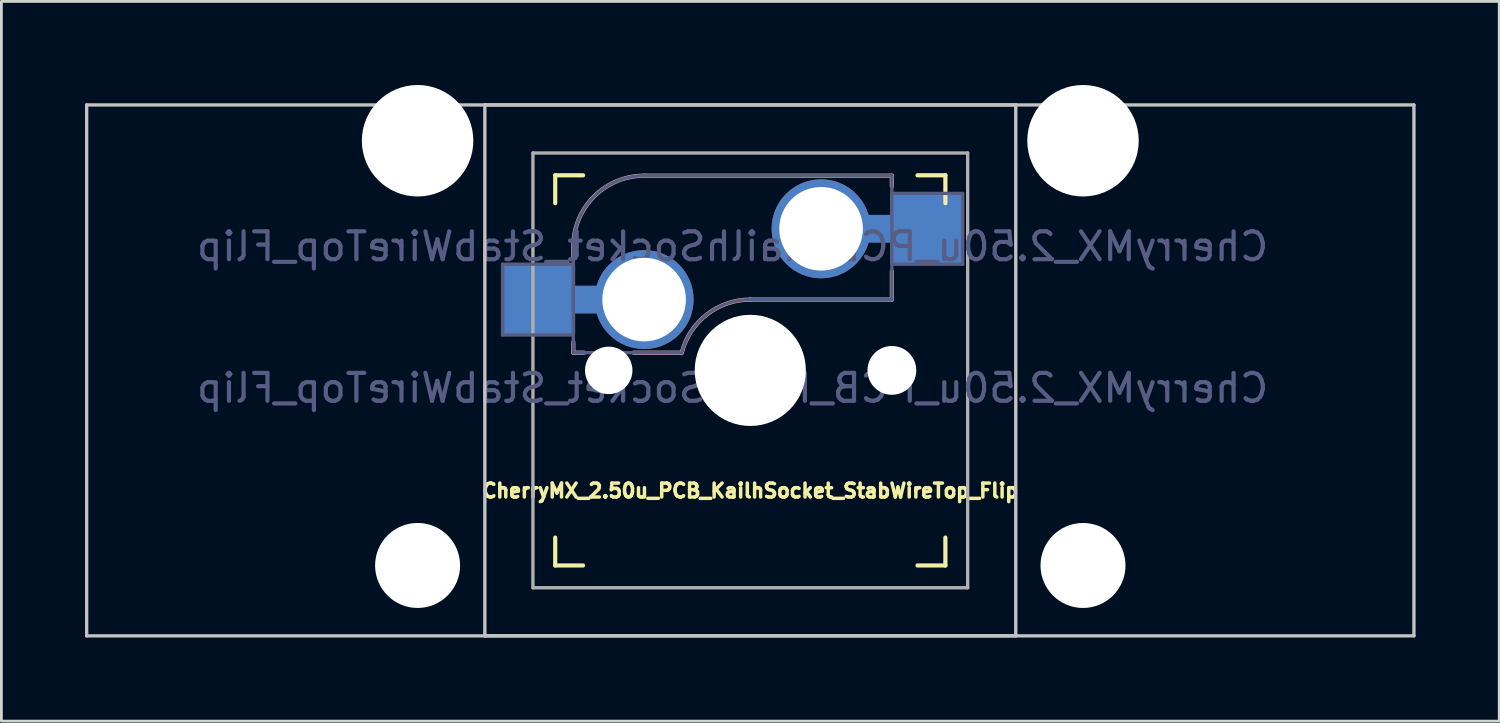
<source format=kicad_pcb>
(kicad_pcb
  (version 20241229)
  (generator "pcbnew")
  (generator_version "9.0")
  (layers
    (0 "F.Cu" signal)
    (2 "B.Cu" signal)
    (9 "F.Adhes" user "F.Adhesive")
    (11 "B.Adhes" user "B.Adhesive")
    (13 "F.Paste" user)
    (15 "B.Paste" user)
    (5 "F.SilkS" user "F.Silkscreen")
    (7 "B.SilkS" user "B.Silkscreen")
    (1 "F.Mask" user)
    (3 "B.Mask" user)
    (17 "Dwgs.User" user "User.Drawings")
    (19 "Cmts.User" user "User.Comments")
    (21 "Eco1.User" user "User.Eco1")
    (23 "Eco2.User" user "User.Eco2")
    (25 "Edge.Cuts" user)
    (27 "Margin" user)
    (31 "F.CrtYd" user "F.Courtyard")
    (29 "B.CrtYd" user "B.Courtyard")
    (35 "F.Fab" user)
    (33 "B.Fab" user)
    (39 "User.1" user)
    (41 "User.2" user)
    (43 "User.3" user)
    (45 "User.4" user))
  (footprint "CherryMX_2.50u_PCB_KailhSocket_StabWireTop_Flip"
    (layer "F.Cu")
    (at 23.872 10.24)
    (property "Reference" "CherryMX_2.50u_PCB_KailhSocket_StabWireTop_Flip" (at 0 4.318 0) (layer "F.SilkS") (effects (font (size 0.5 0.5) (thickness 0.125))))
    (property "Value" "CherryMX_2.50u_PCB_KailhSocket_StabWireTop_Flip" (at 0 8.662 0) (layer "F.Fab") (hide yes) (effects (font (size 1 1) (thickness 0.15))))
    (attr through_hole)
    (fp_line (start -7 -6) (end -7 -7) (stroke (width 0.15) (type solid)) (layer "F.SilkS"))
    (fp_line (start -7 7) (end -7 6) (stroke (width 0.15) (type solid)) (layer "F.SilkS"))
    (fp_line (start -7 7) (end -6 7) (stroke (width 0.15) (type solid)) (layer "F.SilkS"))
    (fp_line (start -6 -7) (end -7 -7) (stroke (width 0.15) (type solid)) (layer "F.SilkS"))
    (fp_line (start 6 7) (end 7 7) (stroke (width 0.15) (type solid)) (layer "F.SilkS"))
    (fp_line (start 7 -7) (end 6 -7) (stroke (width 0.15) (type solid)) (layer "F.SilkS"))
    (fp_line (start 7 -7) (end 7 -6) (stroke (width 0.15) (type solid)) (layer "F.SilkS"))
    (fp_line (start 7 6) (end 7 7) (stroke (width 0.15) (type solid)) (layer "F.SilkS"))
    (fp_line (start -6.35 -4.445) (end -6.35 -4.064) (stroke (width 0.15) (type solid)) (layer "B.SilkS"))
    (fp_line (start -6.35 -1.016) (end -6.35 -0.635) (stroke (width 0.15) (type solid)) (layer "B.SilkS"))
    (fp_line (start -5.969 -0.635) (end -6.35 -0.635) (stroke (width 0.15) (type solid)) (layer "B.SilkS"))
    (fp_line (start -3.81 -6.985) (end 5.08 -6.985) (stroke (width 0.15) (type solid)) (layer "B.SilkS"))
    (fp_line (start -2.464 -0.635) (end -4.191 -0.635) (stroke (width 0.15) (type solid)) (layer "B.SilkS"))
    (fp_line (start 5.08 -6.985) (end 5.08 -6.604) (stroke (width 0.15) (type solid)) (layer "B.SilkS"))
    (fp_line (start 5.08 -3.556) (end 5.08 -2.54) (stroke (width 0.15) (type solid)) (layer "B.SilkS"))
    (fp_line (start 5.08 -2.54) (end 0 -2.54) (stroke (width 0.15) (type solid)) (layer "B.SilkS"))
    (fp_arc (start -6.35 -4.445) (mid -5.606051 -6.241051) (end -3.81 -6.985) (stroke (width 0.15) (type solid)) (layer "B.SilkS"))
    (fp_arc (start -2.464162 -0.61604) (mid -1.563147 -2.002042) (end 0 -2.54) (stroke (width 0.15) (type solid)) (layer "B.SilkS"))
    (fp_line (start -23.812 -9.525) (end 23.812 -9.525) (stroke (width 0.12) (type solid)) (layer "Dwgs.User"))
    (fp_line (start -23.812 9.525) (end -23.812 -9.525) (stroke (width 0.12) (type solid)) (layer "Dwgs.User"))
    (fp_line (start -9.525 -9.525) (end 9.525 -9.525) (stroke (width 0.12) (type solid)) (layer "Dwgs.User"))
    (fp_line (start -9.525 9.525) (end -9.525 -9.525) (stroke (width 0.12) (type solid)) (layer "Dwgs.User"))
    (fp_line (start 9.525 -9.525) (end 9.525 9.525) (stroke (width 0.12) (type solid)) (layer "Dwgs.User"))
    (fp_line (start 9.525 9.525) (end -9.525 9.525) (stroke (width 0.12) (type solid)) (layer "Dwgs.User"))
    (fp_line (start 23.812 -9.525) (end 23.812 9.525) (stroke (width 0.12) (type solid)) (layer "Dwgs.User"))
    (fp_line (start 23.812 9.525) (end -23.812 9.525) (stroke (width 0.12) (type solid)) (layer "Dwgs.User"))
    (fp_line (start -6.9 6.9) (end -6.9 -6.9) (stroke (width 0.15) (type solid)) (layer "Eco2.User"))
    (fp_line (start -6.9 6.9) (end 6.9 6.9) (stroke (width 0.15) (type solid)) (layer "Eco2.User"))
    (fp_line (start 6.9 -6.9) (end -6.9 -6.9) (stroke (width 0.15) (type solid)) (layer "Eco2.User"))
    (fp_line (start 6.9 -6.9) (end 6.9 6.9) (stroke (width 0.15) (type solid)) (layer "Eco2.User"))
    (fp_line (start -8.89 -3.81) (end -6.35 -3.81) (stroke (width 0.12) (type solid)) (layer "B.Fab"))
    (fp_line (start -8.89 -1.27) (end -8.89 -3.81) (stroke (width 0.12) (type solid)) (layer "B.Fab"))
    (fp_line (start -6.35 -1.27) (end -8.89 -1.27) (stroke (width 0.12) (type solid)) (layer "B.Fab"))
    (fp_line (start -6.35 -0.635) (end -6.35 -4.445) (stroke (width 0.12) (type solid)) (layer "B.Fab"))
    (fp_line (start -6.35 -0.635) (end -2.54 -0.635) (stroke (width 0.12) (type solid)) (layer "B.Fab"))
    (fp_line (start -3.81 -6.985) (end 5.08 -6.985) (stroke (width 0.12) (type solid)) (layer "B.Fab"))
    (fp_line (start 5.08 -6.985) (end 5.08 -2.54) (stroke (width 0.12) (type solid)) (layer "B.Fab"))
    (fp_line (start 5.08 -6.35) (end 7.62 -6.35) (stroke (width 0.12) (type solid)) (layer "B.Fab"))
    (fp_line (start 5.08 -2.54) (end 0 -2.54) (stroke (width 0.12) (type solid)) (layer "B.Fab"))
    (fp_line (start 7.62 -6.35) (end 7.62 -3.81) (stroke (width 0.12) (type solid)) (layer "B.Fab"))
    (fp_line (start 7.62 -3.81) (end 5.08 -3.81) (stroke (width 0.12) (type solid)) (layer "B.Fab"))
    (fp_arc (start -6.35 -4.445) (mid -5.606051 -6.241051) (end -3.81 -6.985) (stroke (width 0.12) (type solid)) (layer "B.Fab"))
    (fp_arc (start -2.464162 -0.61604) (mid -1.563147 -2.002042) (end 0 -2.54) (stroke (width 0.12) (type solid)) (layer "B.Fab"))
    (fp_line (start -7.8 -7.8) (end -7.8 7.8) (stroke (width 0.12) (type solid)) (layer "F.Fab"))
    (fp_line (start -7.8 -7.8) (end 7.8 -7.8) (stroke (width 0.12) (type solid)) (layer "F.Fab"))
    (fp_line (start -7.8 7.8) (end 7.8 7.8) (stroke (width 0.12) (type solid)) (layer "F.Fab"))
    (fp_line (start 7.8 -7.8) (end 7.8 7.8) (stroke (width 0.12) (type solid)) (layer "F.Fab"))
    (fp_text user "${REFERENCE}" (at -0.635 -4.445 0) (layer "B.Fab") (effects (font (size 1 1) (thickness 0.15)) (justify mirror)))
    (fp_text user "${VALUE}" (at -0.635 0.635 0) (layer "B.Fab") (effects (font (size 1 1) (thickness 0.15)) (justify mirror)))
    (pad "" np_thru_hole circle (at -11.938 -8.24) (size 4 4) (drill 4) (layers "*.Cu" "*.Mask"))
    (pad "" np_thru_hole circle (at -11.938 7) (size 3.05 3.05) (drill 3.05) (layers "*.Cu" "*.Mask"))
    (pad "" np_thru_hole circle (at -5.08 0) (size 1.702 1.702) (drill 1.702) (layers "*.Cu" "*.Mask"))
    (pad "" np_thru_hole circle (at 0 0) (size 3.988 3.988) (drill 3.988) (layers "*.Cu" "*.Mask"))
    (pad "" np_thru_hole circle (at 5.08 0) (size 1.702 1.702) (drill 1.702) (layers "*.Cu" "*.Mask"))
    (pad "" np_thru_hole circle (at 5.08 0) (size 1.75 1.75) (drill 1.75) (layers "*.Cu" "*.Mask"))
    (pad "" np_thru_hole circle (at 11.938 -8.24) (size 4 4) (drill 4) (layers "*.Cu" "*.Mask"))
    (pad "" np_thru_hole circle (at 11.938 7) (size 3.05 3.05) (drill 3.05) (layers "*.Cu" "*.Mask"))
    (pad "1" thru_hole circle (at 2.54 -5.08) (size 3.55 3.55) (drill 3) (layers "*.Cu"))
    (pad "1" connect rect (at 5.015 -5.08 270) (size 1 2.5) (layers "B.Cu"))
    (pad "2" smd rect (at -7.56 -2.54) (size 2.55 2.5) (layers "B.Cu" "B.Mask" "B.Paste"))
    (pad "2" connect rect (at -5.715 -2.54 90) (size 1 2.5) (layers "B.Cu"))
    (pad "2" thru_hole circle (at -3.81 -2.54) (size 3.55 3.55) (drill 3) (layers "*.Cu"))
    (pad "2" smd rect (at 6.29 -5.08) (size 2.55 2.5) (layers "B.Cu" "B.Mask" "B.Paste")))
  (gr_rect
    (start -3 -3)
    (end 50.745 22.825)
    (stroke (width 0.1) (type default))
    (fill no)
    (layer "Edge.Cuts")))
</source>
